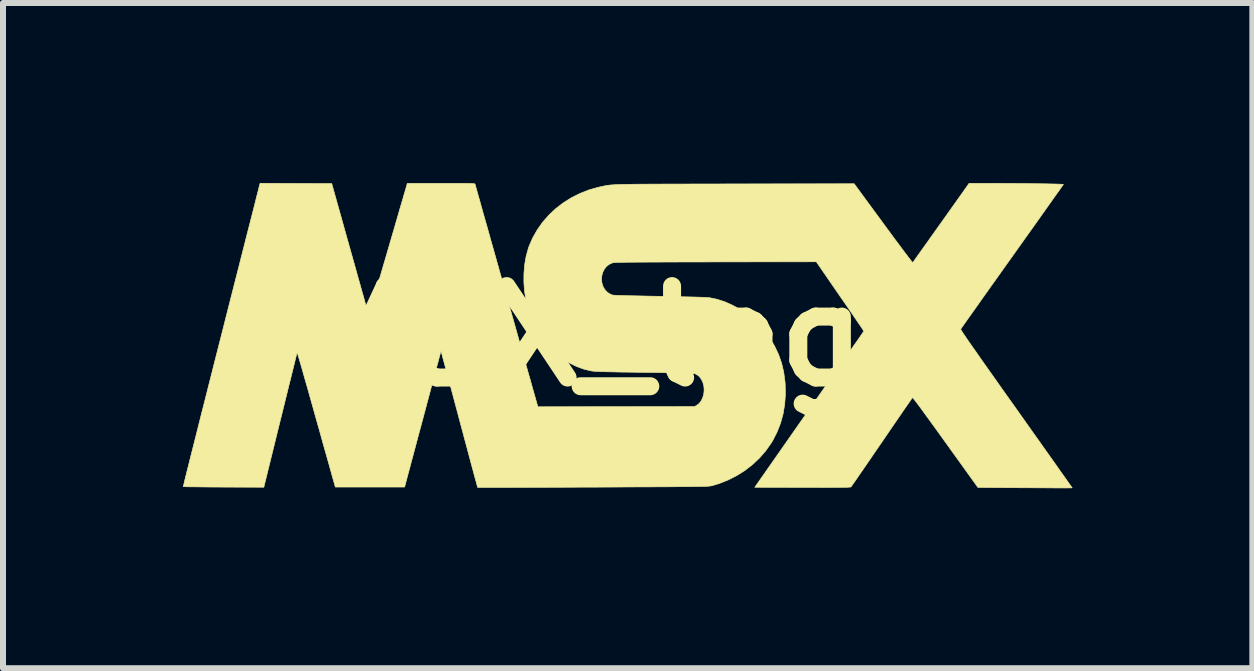
<source format=kicad_pcb>
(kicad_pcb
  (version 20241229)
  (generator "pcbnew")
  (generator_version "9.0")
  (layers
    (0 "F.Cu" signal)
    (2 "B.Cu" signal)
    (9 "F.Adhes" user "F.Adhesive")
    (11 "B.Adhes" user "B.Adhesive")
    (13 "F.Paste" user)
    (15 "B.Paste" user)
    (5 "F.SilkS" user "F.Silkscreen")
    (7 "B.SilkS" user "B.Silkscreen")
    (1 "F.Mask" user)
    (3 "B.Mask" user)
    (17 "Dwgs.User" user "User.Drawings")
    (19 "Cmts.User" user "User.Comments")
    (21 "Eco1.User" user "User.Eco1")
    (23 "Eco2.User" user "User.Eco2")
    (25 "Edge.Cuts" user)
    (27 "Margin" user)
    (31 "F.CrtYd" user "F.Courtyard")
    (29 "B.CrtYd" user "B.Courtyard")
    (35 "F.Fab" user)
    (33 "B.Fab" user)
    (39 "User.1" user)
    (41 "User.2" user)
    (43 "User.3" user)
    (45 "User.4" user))
  (footprint "MSX_logo"
    (layer "F.Cu")
    (at 7.355 2.554)
    (property "Reference" "MSX_logo" (at 0 0 0) (layer "F.SilkS") (effects (font (size 1.524 1.524) (thickness 0.3))))
    (attr through_hole)
    (fp_poly (pts (xy -5.473 -2.546) (xy -4.875 -2.544) (xy -4.576 -1.477) (xy -4.539 -1.346) (xy -4.503 -1.219) (xy -4.469 -1.097) (xy -4.437 -0.981) (xy -4.406 -0.873) (xy -4.378 -0.772) (xy -4.352 -0.681) (xy -4.329 -0.599) (xy -4.31 -0.529) (xy -4.293 -0.471) (xy -4.281 -0.425) (xy -4.272 -0.394) (xy -4.267 -0.378) (xy -4.267 -0.377) (xy -4.265 -0.372) (xy -4.263 -0.37) (xy -4.261 -0.37) (xy -4.258 -0.373) (xy -4.254 -0.38) (xy -4.249 -0.393) (xy -4.242 -0.411) (xy -4.234 -0.436) (xy -4.224 -0.468) (xy -4.211 -0.508) (xy -4.196 -0.558) (xy -4.178 -0.617) (xy -4.158 -0.686) (xy -4.134 -0.767) (xy -4.107 -0.86) (xy -4.076 -0.966) (xy -4.041 -1.086) (xy -4.002 -1.22) (xy -3.958 -1.369) (xy -3.949 -1.401) (xy -3.911 -1.532) (xy -3.874 -1.659) (xy -3.838 -1.78) (xy -3.805 -1.896) (xy -3.773 -2.005) (xy -3.744 -2.106) (xy -3.717 -2.198) (xy -3.693 -2.279) (xy -3.673 -2.35) (xy -3.655 -2.409) (xy -3.642 -2.454) (xy -3.633 -2.486) (xy -3.628 -2.503) (xy -3.628 -2.504) (xy -3.615 -2.548) (xy -3.053 -2.548) (xy -2.941 -2.548) (xy -2.845 -2.548) (xy -2.764 -2.548) (xy -2.696 -2.548) (xy -2.64 -2.547) (xy -2.595 -2.547) (xy -2.56 -2.546) (xy -2.534 -2.545) (xy -2.514 -2.543) (xy -2.501 -2.542) (xy -2.493 -2.54) (xy -2.488 -2.537) (xy -2.486 -2.534) (xy -2.486 -2.534) (xy -2.483 -2.524) (xy -2.476 -2.499) (xy -2.465 -2.459) (xy -2.45 -2.406) (xy -2.431 -2.338) (xy -2.408 -2.259) (xy -2.383 -2.167) (xy -2.354 -2.064) (xy -2.322 -1.951) (xy -2.287 -1.829) (xy -2.25 -1.697) (xy -2.211 -1.557) (xy -2.169 -1.41) (xy -2.126 -1.257) (xy -2.081 -1.097) (xy -2.035 -0.933) (xy -1.987 -0.764) (xy -1.977 -0.728) (xy -1.929 -0.558) (xy -1.882 -0.391) (xy -1.836 -0.229) (xy -1.792 -0.073) (xy -1.75 0.078) (xy -1.709 0.221) (xy -1.671 0.357) (xy -1.635 0.484) (xy -1.602 0.602) (xy -1.571 0.709) (xy -1.544 0.806) (xy -1.52 0.892) (xy -1.499 0.965) (xy -1.482 1.025) (xy -1.469 1.071) (xy -1.46 1.103) (xy -1.456 1.119) (xy -1.455 1.12) (xy -1.439 1.177) (xy -0.133 1.175) (xy 1.173 1.173) (xy 1.208 1.154) (xy 1.25 1.122) (xy 1.284 1.078) (xy 1.31 1.024) (xy 1.327 0.963) (xy 1.333 0.898) (xy 1.329 0.838) (xy 1.311 0.769) (xy 1.283 0.712) (xy 1.246 0.666) (xy 1.199 0.634) (xy 1.194 0.632) (xy 1.187 0.629) (xy 1.179 0.627) (xy 1.17 0.624) (xy 1.157 0.622) (xy 1.14 0.621) (xy 1.118 0.619) (xy 1.09 0.617) (xy 1.055 0.616) (xy 1.012 0.615) (xy 0.959 0.613) (xy 0.896 0.612) (xy 0.822 0.611) (xy 0.735 0.61) (xy 0.635 0.608) (xy 0.521 0.606) (xy 0.39 0.605) (xy 0.347 0.604) (xy 0.207 0.602) (xy 0.082 0.6) (xy -0.028 0.599) (xy -0.123 0.597) (xy -0.207 0.595) (xy -0.278 0.594) (xy -0.339 0.592) (xy -0.39 0.591) (xy -0.433 0.589) (xy -0.468 0.587) (xy -0.496 0.585) (xy -0.519 0.583) (xy -0.538 0.581) (xy -0.545 0.58) (xy -0.672 0.55) (xy -0.795 0.505) (xy -0.914 0.446) (xy -1.027 0.372) (xy -1.135 0.286) (xy -1.235 0.188) (xy -1.327 0.079) (xy -1.41 -0.039) (xy -1.484 -0.167) (xy -1.546 -0.302) (xy -1.597 -0.444) (xy -1.636 -0.591) (xy -1.638 -0.604) (xy -1.661 -0.75) (xy -1.672 -0.899) (xy -1.671 -1.047) (xy -1.659 -1.192) (xy -1.635 -1.33) (xy -1.599 -1.46) (xy -1.586 -1.499) (xy -1.524 -1.641) (xy -1.447 -1.776) (xy -1.357 -1.903) (xy -1.254 -2.02) (xy -1.14 -2.127) (xy -1.015 -2.223) (xy -0.88 -2.308) (xy -0.736 -2.38) (xy -0.585 -2.439) (xy -0.426 -2.484) (xy -0.402 -2.489) (xy -0.38 -2.494) (xy -0.359 -2.498) (xy -0.34 -2.503) (xy -0.322 -2.506) (xy -0.303 -2.51) (xy -0.284 -2.513) (xy -0.263 -2.516) (xy -0.24 -2.519) (xy -0.214 -2.521) (xy -0.184 -2.523) (xy -0.15 -2.525) (xy -0.112 -2.527) (xy -0.067 -2.529) (xy -0.017 -2.53) (xy 0.041 -2.531) (xy 0.106 -2.532) (xy 0.18 -2.533) (xy 0.262 -2.534) (xy 0.355 -2.534) (xy 0.457 -2.535) (xy 0.571 -2.535) (xy 0.697 -2.536) (xy 0.835 -2.536) (xy 0.986 -2.536) (xy 1.151 -2.537) (xy 1.331 -2.537) (xy 1.526 -2.537) (xy 1.737 -2.538) (xy 1.847 -2.538) (xy 3.834 -2.541) (xy 4.319 -1.88) (xy 4.388 -1.786) (xy 4.454 -1.697) (xy 4.516 -1.612) (xy 4.575 -1.534) (xy 4.628 -1.462) (xy 4.676 -1.398) (xy 4.718 -1.343) (xy 4.753 -1.297) (xy 4.78 -1.262) (xy 4.799 -1.238) (xy 4.808 -1.226) (xy 4.81 -1.226) (xy 4.815 -1.233) (xy 4.83 -1.254) (xy 4.853 -1.286) (xy 4.884 -1.33) (xy 4.922 -1.383) (xy 4.966 -1.445) (xy 5.017 -1.516) (xy 5.072 -1.593) (xy 5.131 -1.677) (xy 5.194 -1.765) (xy 5.26 -1.858) (xy 5.283 -1.89) (xy 5.75 -2.548) (xy 6.035 -2.548) (xy 6.13 -2.548) (xy 6.228 -2.548) (xy 6.33 -2.547) (xy 6.434 -2.547) (xy 6.538 -2.546) (xy 6.641 -2.545) (xy 6.742 -2.544) (xy 6.839 -2.542) (xy 6.931 -2.541) (xy 7.017 -2.54) (xy 7.095 -2.538) (xy 7.163 -2.537) (xy 7.221 -2.535) (xy 7.268 -2.534) (xy 7.3 -2.532) (xy 7.319 -2.531) (xy 7.322 -2.53) (xy 7.317 -2.523) (xy 7.302 -2.502) (xy 7.279 -2.469) (xy 7.248 -2.424) (xy 7.208 -2.369) (xy 7.161 -2.303) (xy 7.108 -2.228) (xy 7.048 -2.143) (xy 6.983 -2.051) (xy 6.912 -1.951) (xy 6.836 -1.844) (xy 6.756 -1.732) (xy 6.672 -1.614) (xy 6.585 -1.491) (xy 6.495 -1.365) (xy 6.469 -1.328) (xy 6.378 -1.201) (xy 6.29 -1.077) (xy 6.205 -0.957) (xy 6.123 -0.843) (xy 6.046 -0.734) (xy 5.973 -0.632) (xy 5.906 -0.536) (xy 5.844 -0.449) (xy 5.788 -0.37) (xy 5.739 -0.301) (xy 5.697 -0.242) (xy 5.663 -0.193) (xy 5.637 -0.156) (xy 5.619 -0.131) (xy 5.611 -0.119) (xy 5.61 -0.118) (xy 5.611 -0.114) (xy 5.616 -0.104) (xy 5.625 -0.088) (xy 5.639 -0.066) (xy 5.658 -0.037) (xy 5.683 -0.001) (xy 5.712 0.043) (xy 5.748 0.095) (xy 5.791 0.156) (xy 5.84 0.226) (xy 5.896 0.306) (xy 5.959 0.397) (xy 6.031 0.498) (xy 6.11 0.61) (xy 6.198 0.734) (xy 6.294 0.871) (xy 6.4 1.02) (xy 6.515 1.182) (xy 6.535 1.21) (xy 6.63 1.344) (xy 6.722 1.474) (xy 6.811 1.6) (xy 6.897 1.72) (xy 6.978 1.835) (xy 7.055 1.943) (xy 7.127 2.045) (xy 7.193 2.138) (xy 7.253 2.224) (xy 7.307 2.3) (xy 7.354 2.366) (xy 7.393 2.422) (xy 7.425 2.467) (xy 7.448 2.5) (xy 7.463 2.52) (xy 7.468 2.528) (xy 7.468 2.528) (xy 7.459 2.529) (xy 7.436 2.529) (xy 7.399 2.53) (xy 7.351 2.53) (xy 7.293 2.53) (xy 7.228 2.53) (xy 7.156 2.53) (xy 7.131 2.529) (xy 7.051 2.529) (xy 6.958 2.528) (xy 6.855 2.528) (xy 6.746 2.527) (xy 6.634 2.527) (xy 6.524 2.526) (xy 6.418 2.525) (xy 6.346 2.525) (xy 5.897 2.522) (xy 5.356 1.769) (xy 5.268 1.647) (xy 5.19 1.538) (xy 5.12 1.442) (xy 5.059 1.358) (xy 5.006 1.285) (xy 4.96 1.222) (xy 4.922 1.17) (xy 4.889 1.126) (xy 4.863 1.092) (xy 4.842 1.065) (xy 4.826 1.046) (xy 4.815 1.034) (xy 4.808 1.027) (xy 4.804 1.026) (xy 4.804 1.026) (xy 4.798 1.035) (xy 4.783 1.056) (xy 4.76 1.09) (xy 4.729 1.134) (xy 4.691 1.189) (xy 4.647 1.253) (xy 4.597 1.326) (xy 4.542 1.406) (xy 4.482 1.493) (xy 4.419 1.585) (xy 4.353 1.682) (xy 4.293 1.77) (xy 4.224 1.87) (xy 4.158 1.966) (xy 4.096 2.058) (xy 4.037 2.143) (xy 3.982 2.223) (xy 3.933 2.294) (xy 3.89 2.357) (xy 3.853 2.411) (xy 3.823 2.454) (xy 3.8 2.486) (xy 3.786 2.506) (xy 3.782 2.513) (xy 3.777 2.514) (xy 3.765 2.516) (xy 3.745 2.517) (xy 3.718 2.519) (xy 3.68 2.52) (xy 3.633 2.52) (xy 3.575 2.521) (xy 3.504 2.521) (xy 3.421 2.522) (xy 3.324 2.522) (xy 3.213 2.521) (xy 3.086 2.521) (xy 2.974 2.521) (xy 2.177 2.519) (xy 3.086 1.219) (xy 3.18 1.086) (xy 3.27 0.956) (xy 3.358 0.831) (xy 3.442 0.711) (xy 3.521 0.597) (xy 3.597 0.489) (xy 3.667 0.389) (xy 3.732 0.296) (xy 3.791 0.211) (xy 3.843 0.136) (xy 3.889 0.071) (xy 3.927 0.016) (xy 3.957 -0.028) (xy 3.979 -0.06) (xy 3.992 -0.079) (xy 3.996 -0.085) (xy 3.991 -0.092) (xy 3.977 -0.112) (xy 3.956 -0.145) (xy 3.926 -0.188) (xy 3.89 -0.241) (xy 3.848 -0.302) (xy 3.801 -0.372) (xy 3.749 -0.448) (xy 3.693 -0.529) (xy 3.633 -0.616) (xy 3.599 -0.665) (xy 3.203 -1.24) (xy 1.528 -1.238) (xy 1.326 -1.237) (xy 1.14 -1.237) (xy 0.97 -1.237) (xy 0.815 -1.236) (xy 0.674 -1.236) (xy 0.546 -1.235) (xy 0.432 -1.235) (xy 0.33 -1.234) (xy 0.239 -1.234) (xy 0.159 -1.233) (xy 0.089 -1.233) (xy 0.029 -1.232) (xy -0.022 -1.231) (xy -0.065 -1.23) (xy -0.101 -1.229) (xy -0.13 -1.228) (xy -0.152 -1.227) (xy -0.17 -1.226) (xy -0.182 -1.225) (xy -0.19 -1.223) (xy -0.192 -1.223) (xy -0.247 -1.199) (xy -0.293 -1.164) (xy -0.329 -1.119) (xy -0.356 -1.067) (xy -0.372 -1.01) (xy -0.377 -0.951) (xy -0.372 -0.892) (xy -0.355 -0.835) (xy -0.327 -0.783) (xy -0.287 -0.738) (xy -0.261 -0.718) (xy -0.233 -0.702) (xy -0.204 -0.689) (xy -0.196 -0.686) (xy -0.182 -0.684) (xy -0.152 -0.682) (xy -0.107 -0.68) (xy -0.048 -0.678) (xy 0.025 -0.676) (xy 0.11 -0.674) (xy 0.208 -0.672) (xy 0.316 -0.67) (xy 0.434 -0.667) (xy 0.562 -0.665) (xy 0.593 -0.665) (xy 0.706 -0.663) (xy 0.816 -0.661) (xy 0.921 -0.658) (xy 1.019 -0.656) (xy 1.109 -0.654) (xy 1.191 -0.652) (xy 1.262 -0.65) (xy 1.321 -0.648) (xy 1.367 -0.646) (xy 1.399 -0.644) (xy 1.414 -0.643) (xy 1.545 -0.616) (xy 1.677 -0.574) (xy 1.806 -0.516) (xy 1.932 -0.446) (xy 2.053 -0.363) (xy 2.168 -0.268) (xy 2.273 -0.164) (xy 2.369 -0.051) (xy 2.423 0.025) (xy 2.506 0.162) (xy 2.573 0.303) (xy 2.624 0.449) (xy 2.66 0.601) (xy 2.681 0.76) (xy 2.684 0.794) (xy 2.688 0.967) (xy 2.676 1.135) (xy 2.649 1.297) (xy 2.606 1.453) (xy 2.547 1.602) (xy 2.474 1.745) (xy 2.449 1.785) (xy 2.359 1.912) (xy 2.256 2.031) (xy 2.14 2.14) (xy 2.014 2.238) (xy 1.878 2.324) (xy 1.734 2.397) (xy 1.584 2.457) (xy 1.469 2.491) (xy 1.461 2.493) (xy 1.453 2.495) (xy 1.444 2.496) (xy 1.434 2.498) (xy 1.421 2.499) (xy 1.406 2.501) (xy 1.386 2.502) (xy 1.363 2.503) (xy 1.334 2.504) (xy 1.3 2.505) (xy 1.26 2.506) (xy 1.212 2.507) (xy 1.157 2.507) (xy 1.094 2.508) (xy 1.021 2.509) (xy 0.939 2.509) (xy 0.847 2.51) (xy 0.743 2.511) (xy 0.628 2.511) (xy 0.501 2.512) (xy 0.36 2.513) (xy 0.206 2.513) (xy 0.038 2.514) (xy -0.146 2.515) (xy -0.345 2.516) (xy -0.519 2.517) (xy -0.698 2.517) (xy -0.873 2.518) (xy -1.042 2.519) (xy -1.206 2.519) (xy -1.362 2.52) (xy -1.511 2.52) (xy -1.652 2.521) (xy -1.784 2.521) (xy -1.906 2.522) (xy -2.018 2.522) (xy -2.118 2.522) (xy -2.206 2.522) (xy -2.281 2.522) (xy -2.343 2.522) (xy -2.391 2.522) (xy -2.424 2.522) (xy -2.44 2.522) (xy -2.442 2.522) (xy -2.445 2.513) (xy -2.452 2.49) (xy -2.462 2.451) (xy -2.476 2.399) (xy -2.494 2.335) (xy -2.514 2.259) (xy -2.538 2.172) (xy -2.564 2.075) (xy -2.592 1.969) (xy -2.622 1.856) (xy -2.655 1.735) (xy -2.688 1.609) (xy -2.724 1.477) (xy -2.747 1.389) (xy -2.783 1.254) (xy -2.818 1.124) (xy -2.851 0.999) (xy -2.883 0.881) (xy -2.913 0.77) (xy -2.94 0.668) (xy -2.965 0.574) (xy -2.988 0.491) (xy -3.007 0.419) (xy -3.024 0.358) (xy -3.036 0.311) (xy -3.046 0.278) (xy -3.051 0.259) (xy -3.052 0.256) (xy -3.056 0.261) (xy -3.062 0.277) (xy -3.064 0.285) (xy -3.067 0.297) (xy -3.075 0.324) (xy -3.086 0.366) (xy -3.1 0.421) (xy -3.119 0.489) (xy -3.14 0.568) (xy -3.164 0.657) (xy -3.19 0.756) (xy -3.219 0.863) (xy -3.249 0.978) (xy -3.282 1.099) (xy -3.315 1.225) (xy -3.35 1.356) (xy -3.36 1.393) (xy -3.395 1.524) (xy -3.43 1.652) (xy -3.462 1.774) (xy -3.493 1.89) (xy -3.522 1.999) (xy -3.549 2.099) (xy -3.573 2.19) (xy -3.595 2.271) (xy -3.614 2.341) (xy -3.629 2.399) (xy -3.641 2.444) (xy -3.649 2.474) (xy -3.653 2.49) (xy -3.654 2.491) (xy -3.659 2.515) (xy -4.237 2.515) (xy -4.815 2.515) (xy -4.876 2.301) (xy -4.886 2.263) (xy -4.901 2.211) (xy -4.919 2.145) (xy -4.941 2.067) (xy -4.966 1.978) (xy -4.994 1.88) (xy -5.024 1.774) (xy -5.055 1.661) (xy -5.088 1.543) (xy -5.123 1.421) (xy -5.158 1.296) (xy -5.192 1.174) (xy -5.226 1.054) (xy -5.258 0.939) (xy -5.289 0.829) (xy -5.319 0.726) (xy -5.346 0.631) (xy -5.37 0.545) (xy -5.392 0.469) (xy -5.411 0.404) (xy -5.427 0.351) (xy -5.439 0.311) (xy -5.448 0.284) (xy -5.452 0.273) (xy -5.452 0.273) (xy -5.454 0.282) (xy -5.461 0.307) (xy -5.471 0.346) (xy -5.484 0.399) (xy -5.5 0.465) (xy -5.519 0.542) (xy -5.541 0.63) (xy -5.565 0.728) (xy -5.592 0.834) (xy -5.62 0.949) (xy -5.65 1.07) (xy -5.681 1.197) (xy -5.714 1.329) (xy -5.732 1.401) (xy -6.007 2.518) (xy -6.676 2.516) (xy -6.781 2.515) (xy -6.881 2.515) (xy -6.975 2.514) (xy -7.061 2.513) (xy -7.138 2.512) (xy -7.206 2.512) (xy -7.262 2.511) (xy -7.305 2.51) (xy -7.334 2.509) (xy -7.349 2.508) (xy -7.35 2.508) (xy -7.348 2.499) (xy -7.342 2.475) (xy -7.333 2.435) (xy -7.32 2.381) (xy -7.303 2.313) (xy -7.283 2.232) (xy -7.259 2.138) (xy -7.233 2.033) (xy -7.203 1.915) (xy -7.171 1.788) (xy -7.136 1.65) (xy -7.099 1.502) (xy -7.06 1.346) (xy -7.018 1.181) (xy -6.974 1.009) (xy -6.929 0.83) (xy -6.882 0.645) (xy -6.834 0.454) (xy -6.784 0.258) (xy -6.733 0.057) (xy -6.717 -0.004) (xy -6.666 -0.206) (xy -6.616 -0.404) (xy -6.567 -0.597) (xy -6.519 -0.785) (xy -6.473 -0.966) (xy -6.428 -1.141) (xy -6.386 -1.308) (xy -6.345 -1.468) (xy -6.307 -1.619) (xy -6.271 -1.76) (xy -6.237 -1.892) (xy -6.206 -2.013) (xy -6.178 -2.123) (xy -6.153 -2.222) (xy -6.132 -2.307) (xy -6.113 -2.38) (xy -6.098 -2.439) (xy -6.087 -2.484) (xy -6.079 -2.514) (xy -6.075 -2.528) (xy -6.075 -2.529) (xy -6.07 -2.549) (xy -5.473 -2.546)) (stroke (width 0.01) (type solid)) (fill yes) (layer "F.SilkS")))
  (gr_rect
    (start -3 -3)
    (end 17.827 8.089)
    (stroke (width 0.1) (type default))
    (fill no)
    (layer "Edge.Cuts")))
</source>
